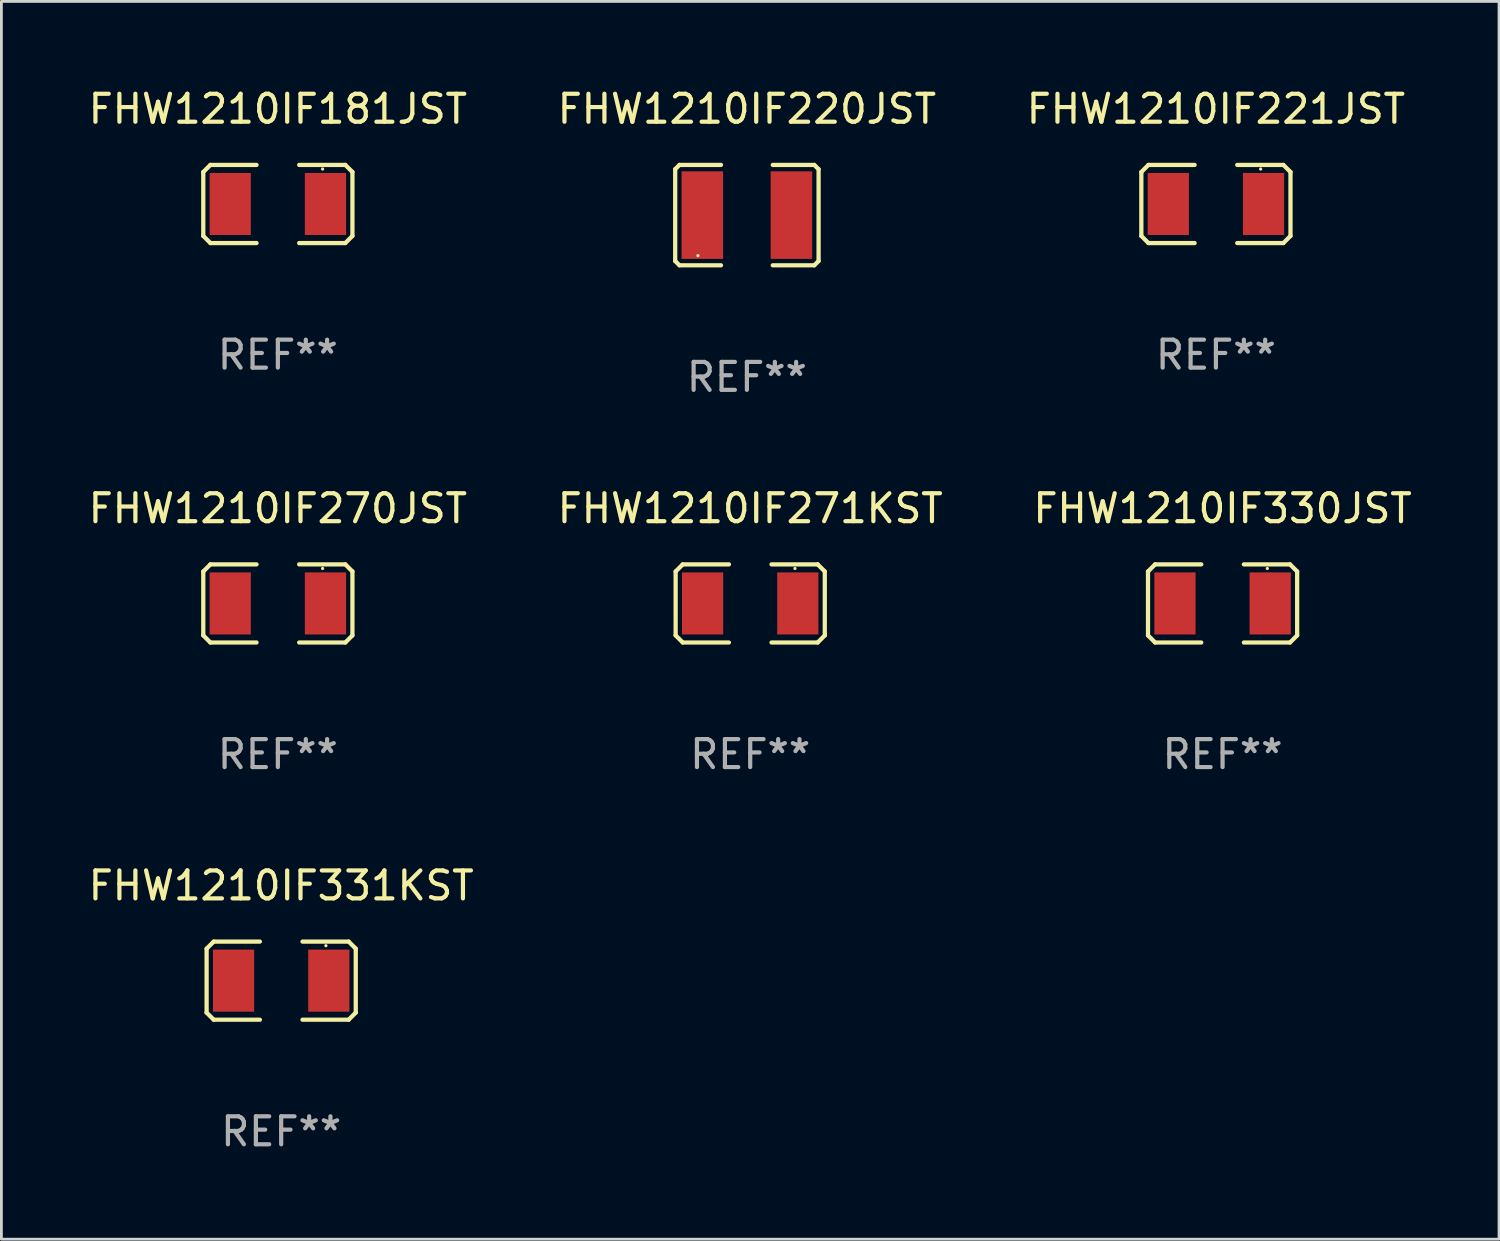
<source format=kicad_pcb>
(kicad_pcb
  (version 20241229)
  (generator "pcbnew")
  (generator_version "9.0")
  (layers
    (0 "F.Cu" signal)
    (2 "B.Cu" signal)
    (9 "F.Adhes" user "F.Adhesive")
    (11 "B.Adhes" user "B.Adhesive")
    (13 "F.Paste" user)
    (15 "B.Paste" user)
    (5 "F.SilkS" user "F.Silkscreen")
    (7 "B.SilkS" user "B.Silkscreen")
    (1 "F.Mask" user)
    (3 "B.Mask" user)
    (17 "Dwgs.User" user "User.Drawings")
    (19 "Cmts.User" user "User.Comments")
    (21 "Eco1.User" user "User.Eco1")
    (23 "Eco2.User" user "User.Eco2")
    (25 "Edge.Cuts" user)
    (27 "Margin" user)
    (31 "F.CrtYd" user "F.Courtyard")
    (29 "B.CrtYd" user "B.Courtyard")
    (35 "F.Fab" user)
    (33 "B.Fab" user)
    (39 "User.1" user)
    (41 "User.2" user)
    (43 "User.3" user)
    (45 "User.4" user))
  (footprint "FHW1210IF181JST"
    (layer "F.Cu")
    (at 6.887 4.245)
    (property "Reference" "FHW1210IF181JST" (at 0 -3.397 0) (layer "F.SilkS") (effects (font (size 1 1) (thickness 0.15))))
    (attr through_hole)
    (fp_line (start -2.667 -1.143) (end -2.413 -1.397) (stroke (width 0.152) (type solid)) (layer "F.SilkS"))
    (fp_line (start -2.667 1.143) (end -2.667 -1.143) (stroke (width 0.152) (type solid)) (layer "F.SilkS"))
    (fp_line (start -2.413 -1.397) (end -0.762 -1.397) (stroke (width 0.152) (type solid)) (layer "F.SilkS"))
    (fp_line (start -2.413 1.397) (end -2.667 1.143) (stroke (width 0.152) (type solid)) (layer "F.SilkS"))
    (fp_line (start -0.762 1.397) (end -2.413 1.397) (stroke (width 0.152) (type solid)) (layer "F.SilkS"))
    (fp_line (start 0.762 -1.397) (end 2.413 -1.397) (stroke (width 0.152) (type solid)) (layer "F.SilkS"))
    (fp_line (start 2.413 -1.397) (end 2.667 -1.143) (stroke (width 0.152) (type solid)) (layer "F.SilkS"))
    (fp_line (start 2.413 1.397) (end 0.762 1.397) (stroke (width 0.152) (type solid)) (layer "F.SilkS"))
    (fp_line (start 2.667 -1.143) (end 2.667 1.143) (stroke (width 0.152) (type solid)) (layer "F.SilkS"))
    (fp_line (start 2.667 1.143) (end 2.413 1.397) (stroke (width 0.152) (type solid)) (layer "F.SilkS"))
    (fp_circle (center 1.6 -1.25) (end 1.63 -1.25) (stroke (width 0.06) (type solid)) (fill no) (layer "F.SilkS"))
    (fp_text user "REF**" (at 0 5.397 0) (layer "F.Fab") (effects (font (size 1 1) (thickness 0.15))))
    (pad "1" smd rect (at 1.703 0) (size 1.474 2.22) (layers "F.Cu" "F.Mask" "F.Paste"))
    (pad "2" smd rect (at -1.703 0) (size 1.474 2.22) (layers "F.Cu" "F.Mask" "F.Paste")))
  (footprint "FHW1210IF270JST"
    (layer "F.Cu")
    (at 6.887 18.531)
    (property "Reference" "FHW1210IF270JST" (at 0 -3.397 0) (layer "F.SilkS") (effects (font (size 1 1) (thickness 0.15))))
    (attr through_hole)
    (fp_line (start -2.667 -1.143) (end -2.413 -1.397) (stroke (width 0.152) (type solid)) (layer "F.SilkS"))
    (fp_line (start -2.667 1.143) (end -2.667 -1.143) (stroke (width 0.152) (type solid)) (layer "F.SilkS"))
    (fp_line (start -2.413 -1.397) (end -0.762 -1.397) (stroke (width 0.152) (type solid)) (layer "F.SilkS"))
    (fp_line (start -2.413 1.397) (end -2.667 1.143) (stroke (width 0.152) (type solid)) (layer "F.SilkS"))
    (fp_line (start -0.762 1.397) (end -2.413 1.397) (stroke (width 0.152) (type solid)) (layer "F.SilkS"))
    (fp_line (start 0.762 -1.397) (end 2.413 -1.397) (stroke (width 0.152) (type solid)) (layer "F.SilkS"))
    (fp_line (start 2.413 -1.397) (end 2.667 -1.143) (stroke (width 0.152) (type solid)) (layer "F.SilkS"))
    (fp_line (start 2.413 1.397) (end 0.762 1.397) (stroke (width 0.152) (type solid)) (layer "F.SilkS"))
    (fp_line (start 2.667 -1.143) (end 2.667 1.143) (stroke (width 0.152) (type solid)) (layer "F.SilkS"))
    (fp_line (start 2.667 1.143) (end 2.413 1.397) (stroke (width 0.152) (type solid)) (layer "F.SilkS"))
    (fp_circle (center 1.6 -1.25) (end 1.63 -1.25) (stroke (width 0.06) (type solid)) (fill no) (layer "F.SilkS"))
    (fp_text user "REF**" (at 0 5.397 0) (layer "F.Fab") (effects (font (size 1 1) (thickness 0.15))))
    (pad "1" smd rect (at 1.703 0) (size 1.474 2.22) (layers "F.Cu" "F.Mask" "F.Paste"))
    (pad "2" smd rect (at -1.703 0) (size 1.474 2.22) (layers "F.Cu" "F.Mask" "F.Paste")))
  (footprint "FHW1210IF331KST"
    (layer "F.Cu")
    (at 7.006 32.021)
    (property "Reference" "FHW1210IF331KST" (at 0 -3.397 0) (layer "F.SilkS") (effects (font (size 1 1) (thickness 0.15))))
    (attr through_hole)
    (fp_line (start -2.667 -1.143) (end -2.413 -1.397) (stroke (width 0.152) (type solid)) (layer "F.SilkS"))
    (fp_line (start -2.667 1.143) (end -2.667 -1.143) (stroke (width 0.152) (type solid)) (layer "F.SilkS"))
    (fp_line (start -2.413 -1.397) (end -0.762 -1.397) (stroke (width 0.152) (type solid)) (layer "F.SilkS"))
    (fp_line (start -2.413 1.397) (end -2.667 1.143) (stroke (width 0.152) (type solid)) (layer "F.SilkS"))
    (fp_line (start -0.762 1.397) (end -2.413 1.397) (stroke (width 0.152) (type solid)) (layer "F.SilkS"))
    (fp_line (start 0.762 -1.397) (end 2.413 -1.397) (stroke (width 0.152) (type solid)) (layer "F.SilkS"))
    (fp_line (start 2.413 -1.397) (end 2.667 -1.143) (stroke (width 0.152) (type solid)) (layer "F.SilkS"))
    (fp_line (start 2.413 1.397) (end 0.762 1.397) (stroke (width 0.152) (type solid)) (layer "F.SilkS"))
    (fp_line (start 2.667 -1.143) (end 2.667 1.143) (stroke (width 0.152) (type solid)) (layer "F.SilkS"))
    (fp_line (start 2.667 1.143) (end 2.413 1.397) (stroke (width 0.152) (type solid)) (layer "F.SilkS"))
    (fp_circle (center 1.6 -1.25) (end 1.63 -1.25) (stroke (width 0.06) (type solid)) (fill no) (layer "F.SilkS"))
    (fp_text user "REF**" (at 0 5.397 0) (layer "F.Fab") (effects (font (size 1 1) (thickness 0.15))))
    (pad "1" smd rect (at 1.703 0) (size 1.474 2.22) (layers "F.Cu" "F.Mask" "F.Paste"))
    (pad "2" smd rect (at -1.703 0) (size 1.474 2.22) (layers "F.Cu" "F.Mask" "F.Paste")))
  (footprint "FHW1210IF330JST"
    (layer "F.Cu")
    (at 40.673 18.531)
    (property "Reference" "FHW1210IF330JST" (at 0 -3.397 0) (layer "F.SilkS") (effects (font (size 1 1) (thickness 0.15))))
    (attr through_hole)
    (fp_line (start -2.667 -1.143) (end -2.413 -1.397) (stroke (width 0.152) (type solid)) (layer "F.SilkS"))
    (fp_line (start -2.667 1.143) (end -2.667 -1.143) (stroke (width 0.152) (type solid)) (layer "F.SilkS"))
    (fp_line (start -2.413 -1.397) (end -0.762 -1.397) (stroke (width 0.152) (type solid)) (layer "F.SilkS"))
    (fp_line (start -2.413 1.397) (end -2.667 1.143) (stroke (width 0.152) (type solid)) (layer "F.SilkS"))
    (fp_line (start -0.762 1.397) (end -2.413 1.397) (stroke (width 0.152) (type solid)) (layer "F.SilkS"))
    (fp_line (start 0.762 -1.397) (end 2.413 -1.397) (stroke (width 0.152) (type solid)) (layer "F.SilkS"))
    (fp_line (start 2.413 -1.397) (end 2.667 -1.143) (stroke (width 0.152) (type solid)) (layer "F.SilkS"))
    (fp_line (start 2.413 1.397) (end 0.762 1.397) (stroke (width 0.152) (type solid)) (layer "F.SilkS"))
    (fp_line (start 2.667 -1.143) (end 2.667 1.143) (stroke (width 0.152) (type solid)) (layer "F.SilkS"))
    (fp_line (start 2.667 1.143) (end 2.413 1.397) (stroke (width 0.152) (type solid)) (layer "F.SilkS"))
    (fp_circle (center 1.6 -1.25) (end 1.63 -1.25) (stroke (width 0.06) (type solid)) (fill no) (layer "F.SilkS"))
    (fp_text user "REF**" (at 0 5.397 0) (layer "F.Fab") (effects (font (size 1 1) (thickness 0.15))))
    (pad "1" smd rect (at 1.703 0) (size 1.474 2.22) (layers "F.Cu" "F.Mask" "F.Paste"))
    (pad "2" smd rect (at -1.703 0) (size 1.474 2.22) (layers "F.Cu" "F.Mask" "F.Paste")))
  (footprint "FHW1210IF271KST"
    (layer "F.Cu")
    (at 23.78 18.531)
    (property "Reference" "FHW1210IF271KST" (at 0 -3.397 0) (layer "F.SilkS") (effects (font (size 1 1) (thickness 0.15))))
    (attr through_hole)
    (fp_line (start -2.667 -1.143) (end -2.413 -1.397) (stroke (width 0.152) (type solid)) (layer "F.SilkS"))
    (fp_line (start -2.667 1.143) (end -2.667 -1.143) (stroke (width 0.152) (type solid)) (layer "F.SilkS"))
    (fp_line (start -2.413 -1.397) (end -0.762 -1.397) (stroke (width 0.152) (type solid)) (layer "F.SilkS"))
    (fp_line (start -2.413 1.397) (end -2.667 1.143) (stroke (width 0.152) (type solid)) (layer "F.SilkS"))
    (fp_line (start -0.762 1.397) (end -2.413 1.397) (stroke (width 0.152) (type solid)) (layer "F.SilkS"))
    (fp_line (start 0.762 -1.397) (end 2.413 -1.397) (stroke (width 0.152) (type solid)) (layer "F.SilkS"))
    (fp_line (start 2.413 -1.397) (end 2.667 -1.143) (stroke (width 0.152) (type solid)) (layer "F.SilkS"))
    (fp_line (start 2.413 1.397) (end 0.762 1.397) (stroke (width 0.152) (type solid)) (layer "F.SilkS"))
    (fp_line (start 2.667 -1.143) (end 2.667 1.143) (stroke (width 0.152) (type solid)) (layer "F.SilkS"))
    (fp_line (start 2.667 1.143) (end 2.413 1.397) (stroke (width 0.152) (type solid)) (layer "F.SilkS"))
    (fp_circle (center 1.6 -1.25) (end 1.63 -1.25) (stroke (width 0.06) (type solid)) (fill no) (layer "F.SilkS"))
    (fp_text user "REF**" (at 0 5.397 0) (layer "F.Fab") (effects (font (size 1 1) (thickness 0.15))))
    (pad "1" smd rect (at 1.703 0) (size 1.474 2.22) (layers "F.Cu" "F.Mask" "F.Paste"))
    (pad "2" smd rect (at -1.703 0) (size 1.474 2.22) (layers "F.Cu" "F.Mask" "F.Paste")))
  (footprint "FHW1210IF220JST"
    (layer "F.Cu")
    (at 23.661 4.643)
    (property "Reference" "FHW1210IF220JST" (at 0 -3.795 0) (layer "F.SilkS") (effects (font (size 1 1) (thickness 0.15))))
    (attr through_hole)
    (fp_line (start -2.564 -1.642) (end -2.564 1.642) (stroke (width 0.152) (type solid)) (layer "F.SilkS"))
    (fp_line (start -2.564 1.642) (end -2.411 1.795) (stroke (width 0.152) (type solid)) (layer "F.SilkS"))
    (fp_line (start -2.411 -1.795) (end -2.564 -1.642) (stroke (width 0.152) (type solid)) (layer "F.SilkS"))
    (fp_line (start -2.411 1.795) (end -0.926 1.795) (stroke (width 0.152) (type solid)) (layer "F.SilkS"))
    (fp_line (start -0.926 -1.795) (end -2.411 -1.795) (stroke (width 0.152) (type solid)) (layer "F.SilkS"))
    (fp_line (start 0.926 -1.795) (end 2.411 -1.795) (stroke (width 0.152) (type solid)) (layer "F.SilkS"))
    (fp_line (start 2.411 -1.795) (end 2.564 -1.642) (stroke (width 0.152) (type solid)) (layer "F.SilkS"))
    (fp_line (start 2.411 1.795) (end 0.926 1.795) (stroke (width 0.152) (type solid)) (layer "F.SilkS"))
    (fp_line (start 2.564 -1.642) (end 2.564 1.642) (stroke (width 0.152) (type solid)) (layer "F.SilkS"))
    (fp_line (start 2.564 1.642) (end 2.411 1.795) (stroke (width 0.152) (type solid)) (layer "F.SilkS"))
    (fp_circle (center -1.75 1.45) (end -1.72 1.45) (stroke (width 0.06) (type solid)) (fill no) (layer "F.SilkS"))
    (fp_text user "REF**" (at 0 5.795 0) (layer "F.Fab") (effects (font (size 1 1) (thickness 0.15))))
    (pad "1" smd rect (at -1.593 0.000076) (size 1.485 3.132) (layers "F.Cu" "F.Mask" "F.Paste"))
    (pad "2" smd rect (at 1.593 0.000076) (size 1.485 3.132) (layers "F.Cu" "F.Mask" "F.Paste")))
  (footprint "FHW1210IF221JST"
    (layer "F.Cu")
    (at 40.435 4.245)
    (property "Reference" "FHW1210IF221JST" (at 0 -3.397 0) (layer "F.SilkS") (effects (font (size 1 1) (thickness 0.15))))
    (attr through_hole)
    (fp_line (start -2.667 -1.143) (end -2.413 -1.397) (stroke (width 0.152) (type solid)) (layer "F.SilkS"))
    (fp_line (start -2.667 1.143) (end -2.667 -1.143) (stroke (width 0.152) (type solid)) (layer "F.SilkS"))
    (fp_line (start -2.413 -1.397) (end -0.762 -1.397) (stroke (width 0.152) (type solid)) (layer "F.SilkS"))
    (fp_line (start -2.413 1.397) (end -2.667 1.143) (stroke (width 0.152) (type solid)) (layer "F.SilkS"))
    (fp_line (start -0.762 1.397) (end -2.413 1.397) (stroke (width 0.152) (type solid)) (layer "F.SilkS"))
    (fp_line (start 0.762 -1.397) (end 2.413 -1.397) (stroke (width 0.152) (type solid)) (layer "F.SilkS"))
    (fp_line (start 2.413 -1.397) (end 2.667 -1.143) (stroke (width 0.152) (type solid)) (layer "F.SilkS"))
    (fp_line (start 2.413 1.397) (end 0.762 1.397) (stroke (width 0.152) (type solid)) (layer "F.SilkS"))
    (fp_line (start 2.667 -1.143) (end 2.667 1.143) (stroke (width 0.152) (type solid)) (layer "F.SilkS"))
    (fp_line (start 2.667 1.143) (end 2.413 1.397) (stroke (width 0.152) (type solid)) (layer "F.SilkS"))
    (fp_circle (center 1.6 -1.25) (end 1.63 -1.25) (stroke (width 0.06) (type solid)) (fill no) (layer "F.SilkS"))
    (fp_text user "REF**" (at 0 5.397 0) (layer "F.Fab") (effects (font (size 1 1) (thickness 0.15))))
    (pad "1" smd rect (at 1.703 0) (size 1.474 2.22) (layers "F.Cu" "F.Mask" "F.Paste"))
    (pad "2" smd rect (at -1.703 0) (size 1.474 2.22) (layers "F.Cu" "F.Mask" "F.Paste")))
  (gr_rect
    (start -3 -3)
    (end 50.56 41.267)
    (stroke (width 0.1) (type default))
    (fill no)
    (layer "Edge.Cuts")))
</source>
